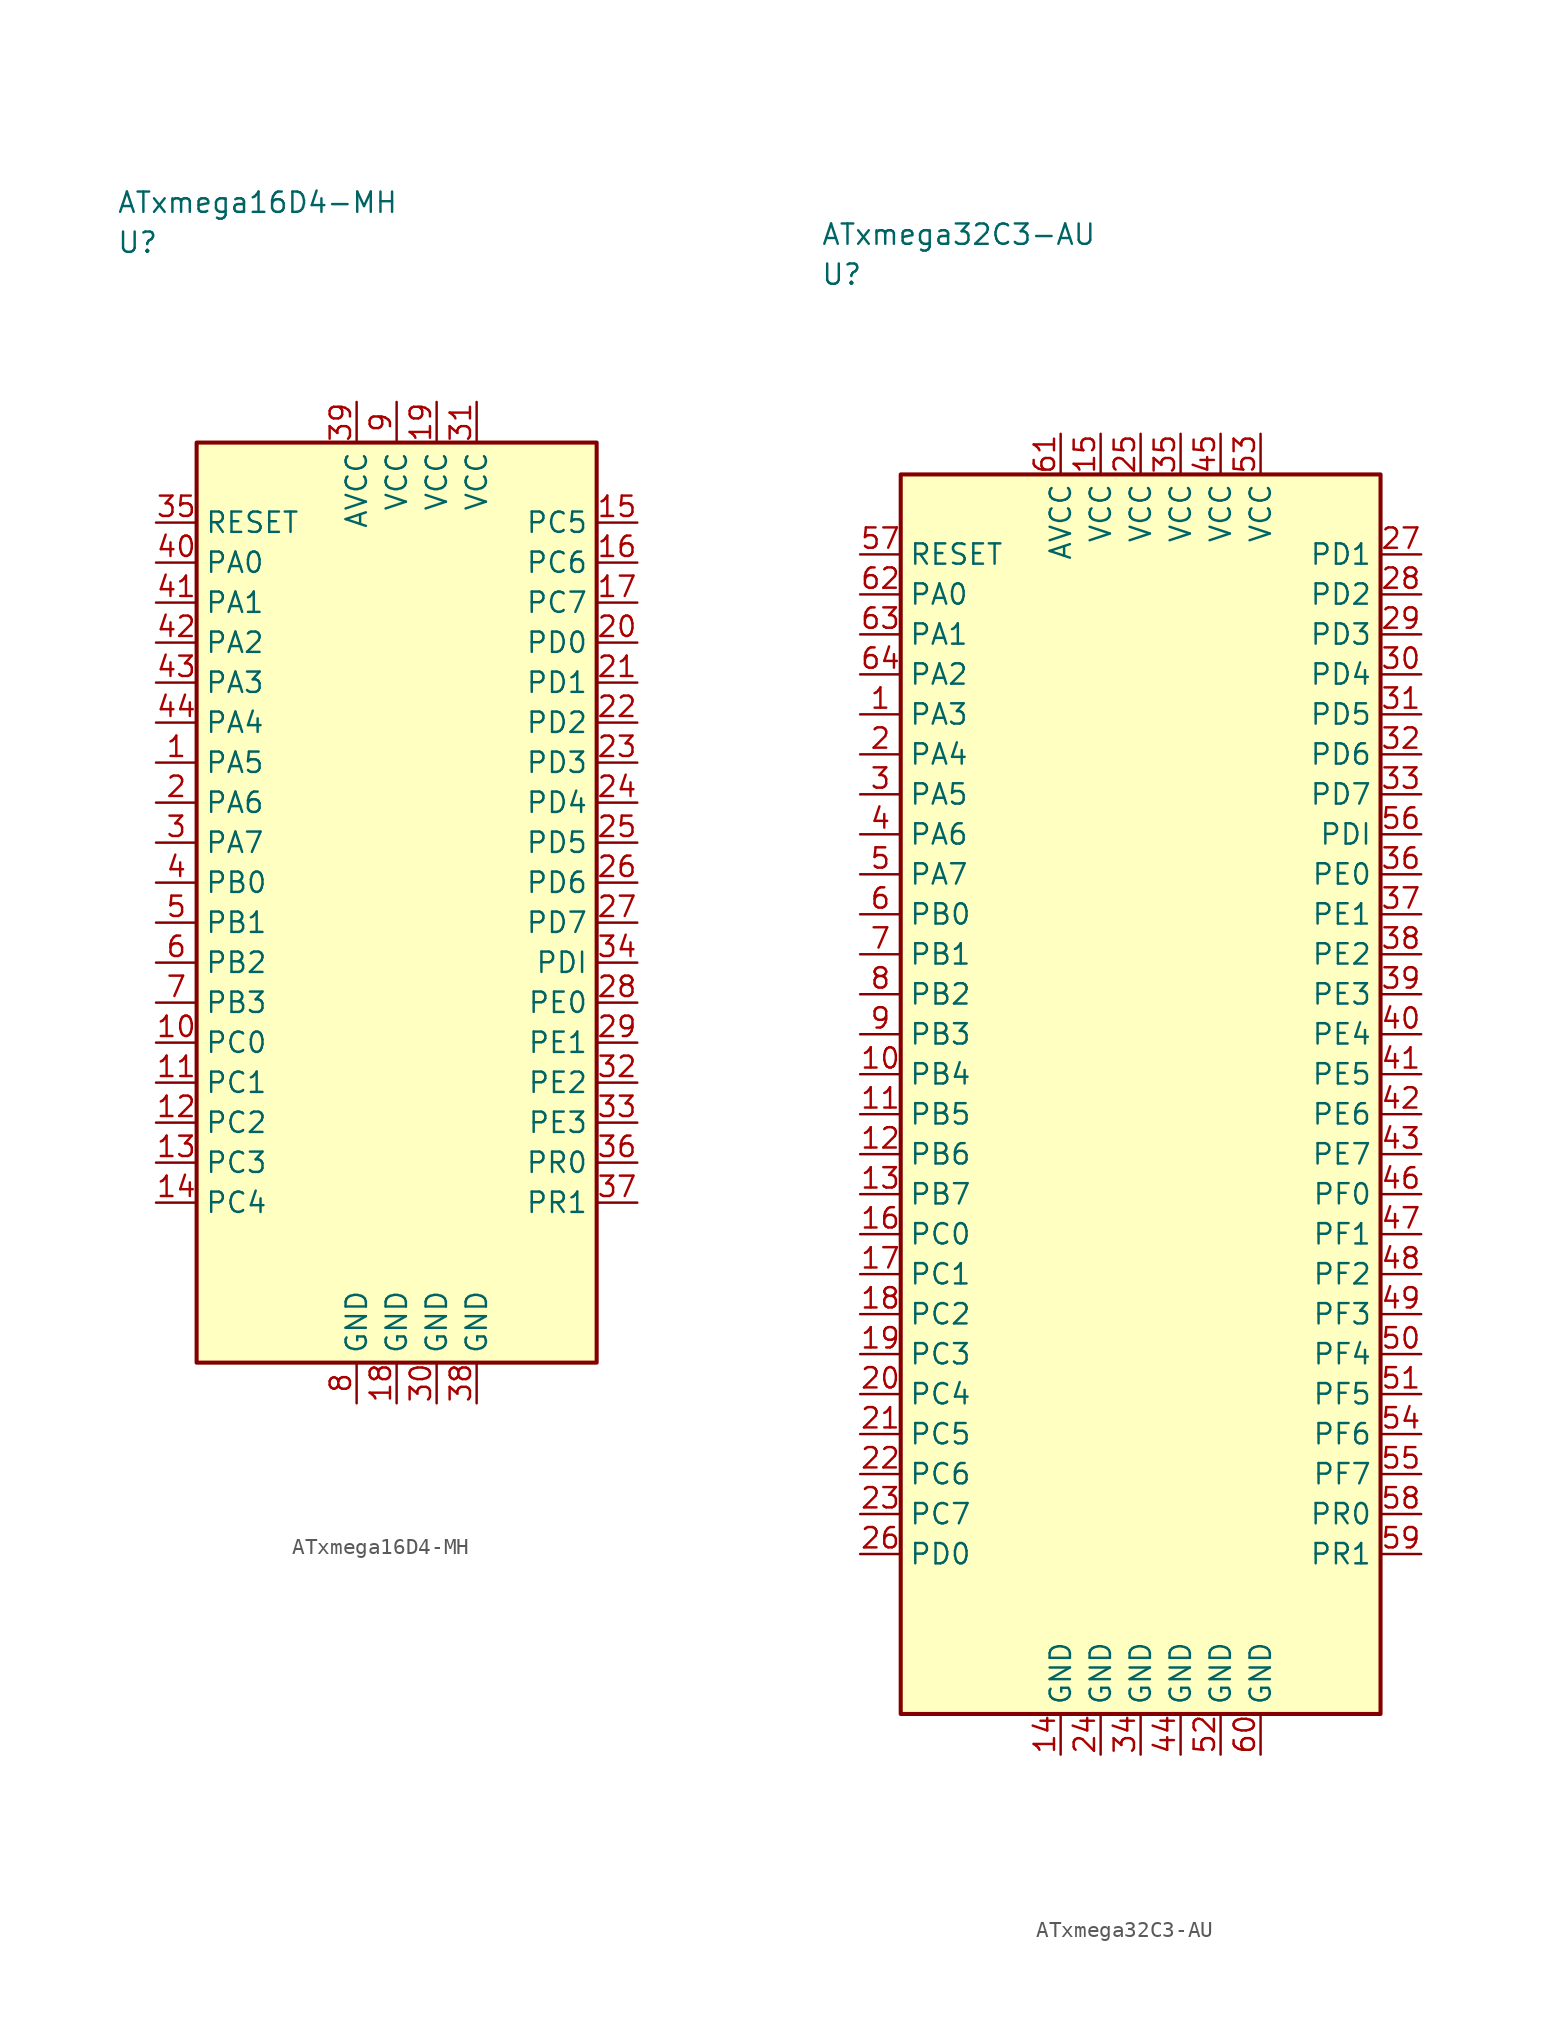
<source format=kicad_sym>
(kicad_symbol_lib
  (version 20241025)
  (generator "kicad_symbol_editor")
  (generator_version "8.0")
  (symbol "ATxmega16D4-MH"
    (property "Reference" "U"
      (at -17.5 41.25 0)
      (effects (font (size 1.27 1.27)) (justify left)))
    (property "Value" "ATxmega16D4-MH"
      (at -17.5 43.75 0)
      (effects (font (size 1.27 1.27)) (justify left)))
    (symbol "ATxmega16D4-MH_0_1"
      (rectangle (start -12.5 28.75) (end 12.5 -28.75) (stroke (width 0.254) (type default)) (fill (type background))))
    (symbol "ATxmega16D4-MH_1_1"
      (pin bidirectional line (at -15.04 8.75 0.0) (length 2.54) (name "PA5" (effects (font (size 1.27 1.27)))) (number "1" (effects (font (size 1.27 1.27)))))
      (pin bidirectional line (at -15.04 6.25 0.0) (length 2.54) (name "PA6" (effects (font (size 1.27 1.27)))) (number "2" (effects (font (size 1.27 1.27)))))
      (pin bidirectional line (at -15.04 3.75 0.0) (length 2.54) (name "PA7" (effects (font (size 1.27 1.27)))) (number "3" (effects (font (size 1.27 1.27)))))
      (pin bidirectional line (at -15.04 1.25 0.0) (length 2.54) (name "PB0" (effects (font (size 1.27 1.27)))) (number "4" (effects (font (size 1.27 1.27)))))
      (pin bidirectional line (at -15.04 -1.25 0.0) (length 2.54) (name "PB1" (effects (font (size 1.27 1.27)))) (number "5" (effects (font (size 1.27 1.27)))))
      (pin bidirectional line (at -15.04 -3.75 0.0) (length 2.54) (name "PB2" (effects (font (size 1.27 1.27)))) (number "6" (effects (font (size 1.27 1.27)))))
      (pin bidirectional line (at -15.04 -6.25 0.0) (length 2.54) (name "PB3" (effects (font (size 1.27 1.27)))) (number "7" (effects (font (size 1.27 1.27)))))
      (pin passive line (at -2.5 -31.29 90.0) (length 2.54) (name "GND" (effects (font (size 1.27 1.27)))) (number "8" (effects (font (size 1.27 1.27)))))
      (pin power_in line (at 0.0 31.29 270.0) (length 2.54) (name "VCC" (effects (font (size 1.27 1.27)))) (number "9" (effects (font (size 1.27 1.27)))))
      (pin bidirectional line (at -15.04 -8.75 0.0) (length 2.54) (name "PC0" (effects (font (size 1.27 1.27)))) (number "10" (effects (font (size 1.27 1.27)))))
      (pin bidirectional line (at -15.04 -11.25 0.0) (length 2.54) (name "PC1" (effects (font (size 1.27 1.27)))) (number "11" (effects (font (size 1.27 1.27)))))
      (pin bidirectional line (at -15.04 -13.75 0.0) (length 2.54) (name "PC2" (effects (font (size 1.27 1.27)))) (number "12" (effects (font (size 1.27 1.27)))))
      (pin bidirectional line (at -15.04 -16.25 0.0) (length 2.54) (name "PC3" (effects (font (size 1.27 1.27)))) (number "13" (effects (font (size 1.27 1.27)))))
      (pin bidirectional line (at -15.04 -18.75 0.0) (length 2.54) (name "PC4" (effects (font (size 1.27 1.27)))) (number "14" (effects (font (size 1.27 1.27)))))
      (pin bidirectional line (at 15.04 23.75 180.0) (length 2.54) (name "PC5" (effects (font (size 1.27 1.27)))) (number "15" (effects (font (size 1.27 1.27)))))
      (pin bidirectional line (at 15.04 21.25 180.0) (length 2.54) (name "PC6" (effects (font (size 1.27 1.27)))) (number "16" (effects (font (size 1.27 1.27)))))
      (pin bidirectional line (at 15.04 18.75 180.0) (length 2.54) (name "PC7" (effects (font (size 1.27 1.27)))) (number "17" (effects (font (size 1.27 1.27)))))
      (pin passive line (at 0.0 -31.29 90.0) (length 2.54) (name "GND" (effects (font (size 1.27 1.27)))) (number "18" (effects (font (size 1.27 1.27)))))
      (pin power_in line (at 2.5 31.29 270.0) (length 2.54) (name "VCC" (effects (font (size 1.27 1.27)))) (number "19" (effects (font (size 1.27 1.27)))))
      (pin bidirectional line (at 15.04 16.25 180.0) (length 2.54) (name "PD0" (effects (font (size 1.27 1.27)))) (number "20" (effects (font (size 1.27 1.27)))))
      (pin bidirectional line (at 15.04 13.75 180.0) (length 2.54) (name "PD1" (effects (font (size 1.27 1.27)))) (number "21" (effects (font (size 1.27 1.27)))))
      (pin bidirectional line (at 15.04 11.25 180.0) (length 2.54) (name "PD2" (effects (font (size 1.27 1.27)))) (number "22" (effects (font (size 1.27 1.27)))))
      (pin bidirectional line (at 15.04 8.75 180.0) (length 2.54) (name "PD3" (effects (font (size 1.27 1.27)))) (number "23" (effects (font (size 1.27 1.27)))))
      (pin bidirectional line (at 15.04 6.25 180.0) (length 2.54) (name "PD4" (effects (font (size 1.27 1.27)))) (number "24" (effects (font (size 1.27 1.27)))))
      (pin bidirectional line (at 15.04 3.75 180.0) (length 2.54) (name "PD5" (effects (font (size 1.27 1.27)))) (number "25" (effects (font (size 1.27 1.27)))))
      (pin bidirectional line (at 15.04 1.25 180.0) (length 2.54) (name "PD6" (effects (font (size 1.27 1.27)))) (number "26" (effects (font (size 1.27 1.27)))))
      (pin bidirectional line (at 15.04 -1.25 180.0) (length 2.54) (name "PD7" (effects (font (size 1.27 1.27)))) (number "27" (effects (font (size 1.27 1.27)))))
      (pin bidirectional line (at 15.04 -6.25 180.0) (length 2.54) (name "PE0" (effects (font (size 1.27 1.27)))) (number "28" (effects (font (size 1.27 1.27)))))
      (pin bidirectional line (at 15.04 -8.75 180.0) (length 2.54) (name "PE1" (effects (font (size 1.27 1.27)))) (number "29" (effects (font (size 1.27 1.27)))))
      (pin passive line (at 2.5 -31.29 90.0) (length 2.54) (name "GND" (effects (font (size 1.27 1.27)))) (number "30" (effects (font (size 1.27 1.27)))))
      (pin power_in line (at 5.0 31.29 270.0) (length 2.54) (name "VCC" (effects (font (size 1.27 1.27)))) (number "31" (effects (font (size 1.27 1.27)))))
      (pin bidirectional line (at 15.04 -11.25 180.0) (length 2.54) (name "PE2" (effects (font (size 1.27 1.27)))) (number "32" (effects (font (size 1.27 1.27)))))
      (pin bidirectional line (at 15.04 -13.75 180.0) (length 2.54) (name "PE3" (effects (font (size 1.27 1.27)))) (number "33" (effects (font (size 1.27 1.27)))))
      (pin bidirectional line (at 15.04 -3.75 180.0) (length 2.54) (name "PDI" (effects (font (size 1.27 1.27)))) (number "34" (effects (font (size 1.27 1.27)))))
      (pin input line (at -15.04 23.75 0.0) (length 2.54) (name "RESET" (effects (font (size 1.27 1.27)))) (number "35" (effects (font (size 1.27 1.27)))))
      (pin bidirectional line (at 15.04 -16.25 180.0) (length 2.54) (name "PR0" (effects (font (size 1.27 1.27)))) (number "36" (effects (font (size 1.27 1.27)))))
      (pin bidirectional line (at 15.04 -18.75 180.0) (length 2.54) (name "PR1" (effects (font (size 1.27 1.27)))) (number "37" (effects (font (size 1.27 1.27)))))
      (pin passive line (at 5.0 -31.29 90.0) (length 2.54) (name "GND" (effects (font (size 1.27 1.27)))) (number "38" (effects (font (size 1.27 1.27)))))
      (pin power_in line (at -2.5 31.29 270.0) (length 2.54) (name "AVCC" (effects (font (size 1.27 1.27)))) (number "39" (effects (font (size 1.27 1.27)))))
      (pin bidirectional line (at -15.04 21.25 0.0) (length 2.54) (name "PA0" (effects (font (size 1.27 1.27)))) (number "40" (effects (font (size 1.27 1.27)))))
      (pin bidirectional line (at -15.04 18.75 0.0) (length 2.54) (name "PA1" (effects (font (size 1.27 1.27)))) (number "41" (effects (font (size 1.27 1.27)))))
      (pin bidirectional line (at -15.04 16.25 0.0) (length 2.54) (name "PA2" (effects (font (size 1.27 1.27)))) (number "42" (effects (font (size 1.27 1.27)))))
      (pin bidirectional line (at -15.04 13.75 0.0) (length 2.54) (name "PA3" (effects (font (size 1.27 1.27)))) (number "43" (effects (font (size 1.27 1.27)))))
      (pin bidirectional line (at -15.04 11.25 0.0) (length 2.54) (name "PA4" (effects (font (size 1.27 1.27)))) (number "44" (effects (font (size 1.27 1.27)))))))
  (symbol "ATxmega32C3-AU"
    (property "Reference" "U"
      (at -20.0 51.25 0)
      (effects (font (size 1.27 1.27)) (justify left)))
    (property "Value" "ATxmega32C3-AU"
      (at -20.0 53.75 0)
      (effects (font (size 1.27 1.27)) (justify left)))
    (symbol "ATxmega32C3-AU_0_1"
      (rectangle (start -15.0 38.75) (end 15.0 -38.75) (stroke (width 0.254) (type default)) (fill (type background))))
    (symbol "ATxmega32C3-AU_1_1"
      (pin bidirectional line (at -17.54 23.75 0.0) (length 2.54) (name "PA3" (effects (font (size 1.27 1.27)))) (number "1" (effects (font (size 1.27 1.27)))))
      (pin bidirectional line (at -17.54 21.25 0.0) (length 2.54) (name "PA4" (effects (font (size 1.27 1.27)))) (number "2" (effects (font (size 1.27 1.27)))))
      (pin bidirectional line (at -17.54 18.75 0.0) (length 2.54) (name "PA5" (effects (font (size 1.27 1.27)))) (number "3" (effects (font (size 1.27 1.27)))))
      (pin bidirectional line (at -17.54 16.25 0.0) (length 2.54) (name "PA6" (effects (font (size 1.27 1.27)))) (number "4" (effects (font (size 1.27 1.27)))))
      (pin bidirectional line (at -17.54 13.75 0.0) (length 2.54) (name "PA7" (effects (font (size 1.27 1.27)))) (number "5" (effects (font (size 1.27 1.27)))))
      (pin bidirectional line (at -17.54 11.25 0.0) (length 2.54) (name "PB0" (effects (font (size 1.27 1.27)))) (number "6" (effects (font (size 1.27 1.27)))))
      (pin bidirectional line (at -17.54 8.75 0.0) (length 2.54) (name "PB1" (effects (font (size 1.27 1.27)))) (number "7" (effects (font (size 1.27 1.27)))))
      (pin bidirectional line (at -17.54 6.25 0.0) (length 2.54) (name "PB2" (effects (font (size 1.27 1.27)))) (number "8" (effects (font (size 1.27 1.27)))))
      (pin bidirectional line (at -17.54 3.75 0.0) (length 2.54) (name "PB3" (effects (font (size 1.27 1.27)))) (number "9" (effects (font (size 1.27 1.27)))))
      (pin bidirectional line (at -17.54 1.25 0.0) (length 2.54) (name "PB4" (effects (font (size 1.27 1.27)))) (number "10" (effects (font (size 1.27 1.27)))))
      (pin bidirectional line (at -17.54 -1.25 0.0) (length 2.54) (name "PB5" (effects (font (size 1.27 1.27)))) (number "11" (effects (font (size 1.27 1.27)))))
      (pin bidirectional line (at -17.54 -3.75 0.0) (length 2.54) (name "PB6" (effects (font (size 1.27 1.27)))) (number "12" (effects (font (size 1.27 1.27)))))
      (pin bidirectional line (at -17.54 -6.25 0.0) (length 2.54) (name "PB7" (effects (font (size 1.27 1.27)))) (number "13" (effects (font (size 1.27 1.27)))))
      (pin passive line (at -5.0 -41.29 90.0) (length 2.54) (name "GND" (effects (font (size 1.27 1.27)))) (number "14" (effects (font (size 1.27 1.27)))))
      (pin power_in line (at -2.5 41.29 270.0) (length 2.54) (name "VCC" (effects (font (size 1.27 1.27)))) (number "15" (effects (font (size 1.27 1.27)))))
      (pin bidirectional line (at -17.54 -8.75 0.0) (length 2.54) (name "PC0" (effects (font (size 1.27 1.27)))) (number "16" (effects (font (size 1.27 1.27)))))
      (pin bidirectional line (at -17.54 -11.25 0.0) (length 2.54) (name "PC1" (effects (font (size 1.27 1.27)))) (number "17" (effects (font (size 1.27 1.27)))))
      (pin bidirectional line (at -17.54 -13.75 0.0) (length 2.54) (name "PC2" (effects (font (size 1.27 1.27)))) (number "18" (effects (font (size 1.27 1.27)))))
      (pin bidirectional line (at -17.54 -16.25 0.0) (length 2.54) (name "PC3" (effects (font (size 1.27 1.27)))) (number "19" (effects (font (size 1.27 1.27)))))
      (pin bidirectional line (at -17.54 -18.75 0.0) (length 2.54) (name "PC4" (effects (font (size 1.27 1.27)))) (number "20" (effects (font (size 1.27 1.27)))))
      (pin bidirectional line (at -17.54 -21.25 0.0) (length 2.54) (name "PC5" (effects (font (size 1.27 1.27)))) (number "21" (effects (font (size 1.27 1.27)))))
      (pin bidirectional line (at -17.54 -23.75 0.0) (length 2.54) (name "PC6" (effects (font (size 1.27 1.27)))) (number "22" (effects (font (size 1.27 1.27)))))
      (pin bidirectional line (at -17.54 -26.25 0.0) (length 2.54) (name "PC7" (effects (font (size 1.27 1.27)))) (number "23" (effects (font (size 1.27 1.27)))))
      (pin passive line (at -2.5 -41.29 90.0) (length 2.54) (name "GND" (effects (font (size 1.27 1.27)))) (number "24" (effects (font (size 1.27 1.27)))))
      (pin power_in line (at 0.0 41.29 270.0) (length 2.54) (name "VCC" (effects (font (size 1.27 1.27)))) (number "25" (effects (font (size 1.27 1.27)))))
      (pin bidirectional line (at -17.54 -28.75 0.0) (length 2.54) (name "PD0" (effects (font (size 1.27 1.27)))) (number "26" (effects (font (size 1.27 1.27)))))
      (pin bidirectional line (at 17.54 33.75 180.0) (length 2.54) (name "PD1" (effects (font (size 1.27 1.27)))) (number "27" (effects (font (size 1.27 1.27)))))
      (pin bidirectional line (at 17.54 31.25 180.0) (length 2.54) (name "PD2" (effects (font (size 1.27 1.27)))) (number "28" (effects (font (size 1.27 1.27)))))
      (pin bidirectional line (at 17.54 28.75 180.0) (length 2.54) (name "PD3" (effects (font (size 1.27 1.27)))) (number "29" (effects (font (size 1.27 1.27)))))
      (pin bidirectional line (at 17.54 26.25 180.0) (length 2.54) (name "PD4" (effects (font (size 1.27 1.27)))) (number "30" (effects (font (size 1.27 1.27)))))
      (pin bidirectional line (at 17.54 23.75 180.0) (length 2.54) (name "PD5" (effects (font (size 1.27 1.27)))) (number "31" (effects (font (size 1.27 1.27)))))
      (pin bidirectional line (at 17.54 21.25 180.0) (length 2.54) (name "PD6" (effects (font (size 1.27 1.27)))) (number "32" (effects (font (size 1.27 1.27)))))
      (pin bidirectional line (at 17.54 18.75 180.0) (length 2.54) (name "PD7" (effects (font (size 1.27 1.27)))) (number "33" (effects (font (size 1.27 1.27)))))
      (pin passive line (at 0.0 -41.29 90.0) (length 2.54) (name "GND" (effects (font (size 1.27 1.27)))) (number "34" (effects (font (size 1.27 1.27)))))
      (pin power_in line (at 2.5 41.29 270.0) (length 2.54) (name "VCC" (effects (font (size 1.27 1.27)))) (number "35" (effects (font (size 1.27 1.27)))))
      (pin bidirectional line (at 17.54 13.75 180.0) (length 2.54) (name "PE0" (effects (font (size 1.27 1.27)))) (number "36" (effects (font (size 1.27 1.27)))))
      (pin bidirectional line (at 17.54 11.25 180.0) (length 2.54) (name "PE1" (effects (font (size 1.27 1.27)))) (number "37" (effects (font (size 1.27 1.27)))))
      (pin bidirectional line (at 17.54 8.75 180.0) (length 2.54) (name "PE2" (effects (font (size 1.27 1.27)))) (number "38" (effects (font (size 1.27 1.27)))))
      (pin bidirectional line (at 17.54 6.25 180.0) (length 2.54) (name "PE3" (effects (font (size 1.27 1.27)))) (number "39" (effects (font (size 1.27 1.27)))))
      (pin bidirectional line (at 17.54 3.75 180.0) (length 2.54) (name "PE4" (effects (font (size 1.27 1.27)))) (number "40" (effects (font (size 1.27 1.27)))))
      (pin bidirectional line (at 17.54 1.25 180.0) (length 2.54) (name "PE5" (effects (font (size 1.27 1.27)))) (number "41" (effects (font (size 1.27 1.27)))))
      (pin bidirectional line (at 17.54 -1.25 180.0) (length 2.54) (name "PE6" (effects (font (size 1.27 1.27)))) (number "42" (effects (font (size 1.27 1.27)))))
      (pin bidirectional line (at 17.54 -3.75 180.0) (length 2.54) (name "PE7" (effects (font (size 1.27 1.27)))) (number "43" (effects (font (size 1.27 1.27)))))
      (pin passive line (at 2.5 -41.29 90.0) (length 2.54) (name "GND" (effects (font (size 1.27 1.27)))) (number "44" (effects (font (size 1.27 1.27)))))
      (pin power_in line (at 5.0 41.29 270.0) (length 2.54) (name "VCC" (effects (font (size 1.27 1.27)))) (number "45" (effects (font (size 1.27 1.27)))))
      (pin bidirectional line (at 17.54 -6.25 180.0) (length 2.54) (name "PF0" (effects (font (size 1.27 1.27)))) (number "46" (effects (font (size 1.27 1.27)))))
      (pin bidirectional line (at 17.54 -8.75 180.0) (length 2.54) (name "PF1" (effects (font (size 1.27 1.27)))) (number "47" (effects (font (size 1.27 1.27)))))
      (pin bidirectional line (at 17.54 -11.25 180.0) (length 2.54) (name "PF2" (effects (font (size 1.27 1.27)))) (number "48" (effects (font (size 1.27 1.27)))))
      (pin bidirectional line (at 17.54 -13.75 180.0) (length 2.54) (name "PF3" (effects (font (size 1.27 1.27)))) (number "49" (effects (font (size 1.27 1.27)))))
      (pin bidirectional line (at 17.54 -16.25 180.0) (length 2.54) (name "PF4" (effects (font (size 1.27 1.27)))) (number "50" (effects (font (size 1.27 1.27)))))
      (pin bidirectional line (at 17.54 -18.75 180.0) (length 2.54) (name "PF5" (effects (font (size 1.27 1.27)))) (number "51" (effects (font (size 1.27 1.27)))))
      (pin passive line (at 5.0 -41.29 90.0) (length 2.54) (name "GND" (effects (font (size 1.27 1.27)))) (number "52" (effects (font (size 1.27 1.27)))))
      (pin power_in line (at 7.5 41.29 270.0) (length 2.54) (name "VCC" (effects (font (size 1.27 1.27)))) (number "53" (effects (font (size 1.27 1.27)))))
      (pin bidirectional line (at 17.54 -21.25 180.0) (length 2.54) (name "PF6" (effects (font (size 1.27 1.27)))) (number "54" (effects (font (size 1.27 1.27)))))
      (pin bidirectional line (at 17.54 -23.75 180.0) (length 2.54) (name "PF7" (effects (font (size 1.27 1.27)))) (number "55" (effects (font (size 1.27 1.27)))))
      (pin bidirectional line (at 17.54 16.25 180.0) (length 2.54) (name "PDI" (effects (font (size 1.27 1.27)))) (number "56" (effects (font (size 1.27 1.27)))))
      (pin input line (at -17.54 33.75 0.0) (length 2.54) (name "RESET" (effects (font (size 1.27 1.27)))) (number "57" (effects (font (size 1.27 1.27)))))
      (pin bidirectional line (at 17.54 -26.25 180.0) (length 2.54) (name "PR0" (effects (font (size 1.27 1.27)))) (number "58" (effects (font (size 1.27 1.27)))))
      (pin bidirectional line (at 17.54 -28.75 180.0) (length 2.54) (name "PR1" (effects (font (size 1.27 1.27)))) (number "59" (effects (font (size 1.27 1.27)))))
      (pin passive line (at 7.5 -41.29 90.0) (length 2.54) (name "GND" (effects (font (size 1.27 1.27)))) (number "60" (effects (font (size 1.27 1.27)))))
      (pin power_in line (at -5.0 41.29 270.0) (length 2.54) (name "AVCC" (effects (font (size 1.27 1.27)))) (number "61" (effects (font (size 1.27 1.27)))))
      (pin bidirectional line (at -17.54 31.25 0.0) (length 2.54) (name "PA0" (effects (font (size 1.27 1.27)))) (number "62" (effects (font (size 1.27 1.27)))))
      (pin bidirectional line (at -17.54 28.75 0.0) (length 2.54) (name "PA1" (effects (font (size 1.27 1.27)))) (number "63" (effects (font (size 1.27 1.27)))))
      (pin bidirectional line (at -17.54 26.25 0.0) (length 2.54) (name "PA2" (effects (font (size 1.27 1.27)))) (number "64" (effects (font (size 1.27 1.27))))))))
</source>
